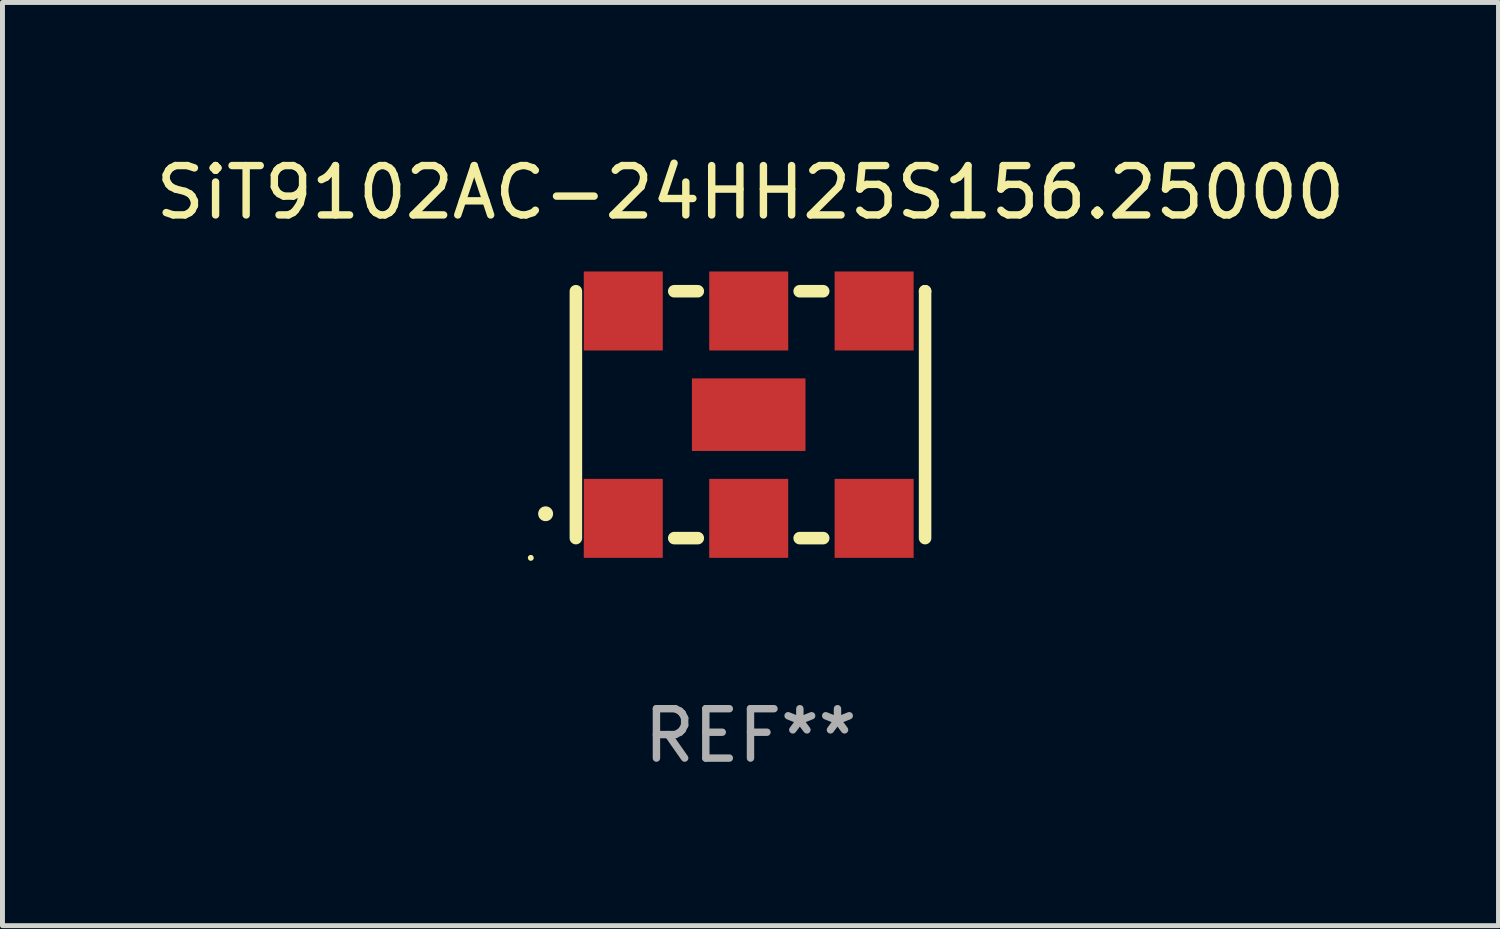
<source format=kicad_pcb>
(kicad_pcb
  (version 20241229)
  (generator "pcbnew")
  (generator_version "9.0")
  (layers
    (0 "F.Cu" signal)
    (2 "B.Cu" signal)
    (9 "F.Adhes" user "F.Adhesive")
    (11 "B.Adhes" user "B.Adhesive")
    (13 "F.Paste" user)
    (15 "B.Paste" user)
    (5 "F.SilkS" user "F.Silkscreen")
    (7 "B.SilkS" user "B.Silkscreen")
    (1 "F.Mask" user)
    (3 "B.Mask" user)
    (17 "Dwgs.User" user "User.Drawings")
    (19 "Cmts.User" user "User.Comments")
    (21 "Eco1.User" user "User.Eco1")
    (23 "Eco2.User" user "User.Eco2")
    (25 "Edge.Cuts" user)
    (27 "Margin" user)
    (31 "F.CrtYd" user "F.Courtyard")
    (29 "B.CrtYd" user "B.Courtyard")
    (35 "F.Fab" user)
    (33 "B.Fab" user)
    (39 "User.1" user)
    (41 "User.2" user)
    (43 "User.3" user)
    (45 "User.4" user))
  (footprint "SiT9102AC-24HH25S156.25000"
    (layer "F.Cu")
    (at 12.149 5.348)
    (property "Reference" "SiT9102AC-24HH25S156.25000" (at 0 -4.5 0) (layer "F.SilkS") (effects (font (size 1 1) (thickness 0.15))))
    (attr through_hole)
    (fp_line (start -3.536 -2.5) (end -3.536 2.5) (stroke (width 0.254) (type solid)) (layer "F.SilkS"))
    (fp_line (start -1.544 2.5) (end -1.067 2.5) (stroke (width 0.254) (type solid)) (layer "F.SilkS"))
    (fp_line (start -1.067 -2.5) (end -1.544 -2.5) (stroke (width 0.254) (type solid)) (layer "F.SilkS"))
    (fp_line (start 0.996 2.5) (end 1.473 2.5) (stroke (width 0.254) (type solid)) (layer "F.SilkS"))
    (fp_line (start 1.473 -2.5) (end 0.996 -2.5) (stroke (width 0.254) (type solid)) (layer "F.SilkS"))
    (fp_line (start 3.536 -2.5) (end 3.536 -2.5) (stroke (width 0.254) (type solid)) (layer "F.SilkS"))
    (fp_line (start 3.536 2.5) (end 3.536 -2.5) (stroke (width 0.254) (type solid)) (layer "F.SilkS"))
    (fp_arc (start -4.150432 2.006604) (mid -4.149162 2.006599) (end -4.147892 2.006604) (stroke (width 0.3) (type solid)) (layer "F.SilkS"))
    (fp_circle (center -4.449 2.9) (end -4.419 2.9) (stroke (width 0.06) (type solid)) (fill no) (layer "F.SilkS"))
    (fp_text user "REF**" (at 0 6.5 0) (layer "F.Fab") (effects (font (size 1 1) (thickness 0.15))))
    (pad "1" smd rect (at -2.576 2.1) (size 1.6 1.6) (layers "F.Cu" "F.Mask" "F.Paste"))
    (pad "2" smd rect (at -0.036 2.1) (size 1.6 1.6) (layers "F.Cu" "F.Mask" "F.Paste"))
    (pad "3" smd rect (at 2.504 2.1) (size 1.6 1.6) (layers "F.Cu" "F.Mask" "F.Paste"))
    (pad "4" smd rect (at 2.504 -2.1) (size 1.6 1.6) (layers "F.Cu" "F.Mask" "F.Paste"))
    (pad "5" smd rect (at -0.036 -2.1) (size 1.6 1.6) (layers "F.Cu" "F.Mask" "F.Paste"))
    (pad "6" smd rect (at -2.576 -2.1) (size 1.6 1.6) (layers "F.Cu" "F.Mask" "F.Paste"))
    (pad "7" smd rect (at -0.036 0) (size 2.3 1.47) (layers "F.Cu" "F.Mask" "F.Paste")))
  (gr_rect
    (start -3 -3)
    (end 27.298 15.697)
    (stroke (width 0.1) (type default))
    (fill no)
    (layer "Edge.Cuts")))
</source>
